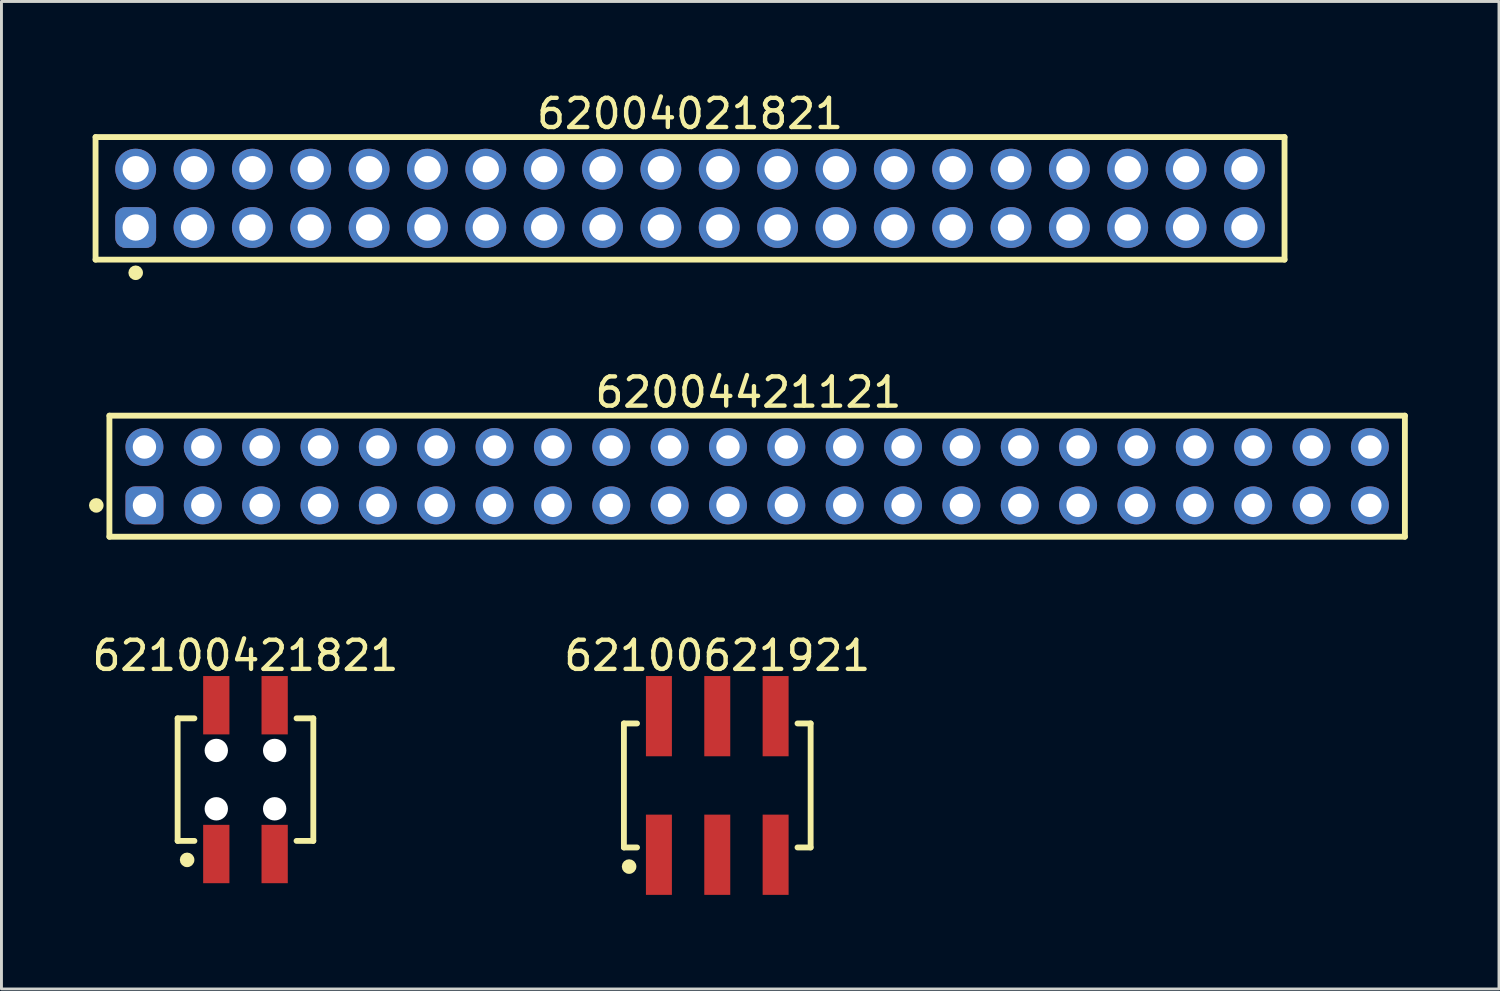
<source format=kicad_pcb>
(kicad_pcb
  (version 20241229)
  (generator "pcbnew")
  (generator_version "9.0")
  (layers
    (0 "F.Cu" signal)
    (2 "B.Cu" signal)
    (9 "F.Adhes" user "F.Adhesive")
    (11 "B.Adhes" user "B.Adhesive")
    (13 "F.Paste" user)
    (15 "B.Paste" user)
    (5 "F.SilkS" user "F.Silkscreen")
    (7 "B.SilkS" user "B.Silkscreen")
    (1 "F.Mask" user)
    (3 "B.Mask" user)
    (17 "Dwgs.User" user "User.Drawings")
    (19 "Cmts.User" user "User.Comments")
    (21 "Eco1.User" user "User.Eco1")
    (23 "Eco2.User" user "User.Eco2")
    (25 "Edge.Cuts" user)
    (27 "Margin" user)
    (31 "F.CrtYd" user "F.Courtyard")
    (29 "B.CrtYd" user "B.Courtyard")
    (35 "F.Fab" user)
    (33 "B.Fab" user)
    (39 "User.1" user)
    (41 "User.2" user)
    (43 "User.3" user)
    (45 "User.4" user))
  (footprint "62004421121"
    (layer "F.Cu")
    (at 22.9 13.271)
    (property "Reference" "62004421121" (at -0.3 -2.875 0) (layer "F.SilkS") (effects (font (size 1 1) (thickness 0.15))))
    (fp_line (start -22.2 -2.075) (end 22.2 -2.075) (stroke (width 0.2) (type solid)) (layer "F.SilkS"))
    (fp_line (start -22.2 2.075) (end -22.2 -2.075) (stroke (width 0.2) (type solid)) (layer "F.SilkS"))
    (fp_line (start -22.2 2.075) (end 22.2 2.075) (stroke (width 0.2) (type solid)) (layer "F.SilkS"))
    (fp_line (start 22.2 2.075) (end 22.2 -2.075) (stroke (width 0.2) (type solid)) (layer "F.SilkS"))
    (fp_circle (center -22.65 1) (end -22.65 0.875) (stroke (width 0.25) (type solid)) (fill no) (layer "F.SilkS"))
    (fp_line (start -22.4 -2.275) (end 22.4 -2.275) (stroke (width 0.05) (type solid)) (layer "Eco2.User"))
    (fp_line (start -22.4 2.275) (end -22.4 -2.275) (stroke (width 0.05) (type solid)) (layer "Eco2.User"))
    (fp_line (start -22.4 2.275) (end 22.4 2.275) (stroke (width 0.05) (type solid)) (layer "Eco2.User"))
    (fp_line (start -22 -2) (end 22 -2) (stroke (width 0.1) (type solid)) (layer "Eco2.User"))
    (fp_line (start -22 2) (end -22 -2) (stroke (width 0.1) (type solid)) (layer "Eco2.User"))
    (fp_line (start -22 2) (end 22 2) (stroke (width 0.1) (type solid)) (layer "Eco2.User"))
    (fp_line (start -0.5 0) (end 0.5 0) (stroke (width 0.05) (type solid)) (layer "Eco2.User"))
    (fp_line (start 0 0.5) (end 0 -0.5) (stroke (width 0.05) (type solid)) (layer "Eco2.User"))
    (fp_line (start 22 2) (end 22 -2) (stroke (width 0.1) (type solid)) (layer "Eco2.User"))
    (fp_line (start 22.4 2.275) (end 22.4 -2.275) (stroke (width 0.05) (type solid)) (layer "Eco2.User"))
    (fp_text user "${REFERENCE}" (at 0.15 -0.197 0) (unlocked yes) (layer "User.3") (effects (font (size 1.5 1.5) (thickness 0.15))))
    (pad "1" thru_hole roundrect (at -21 1) (size 1.3 1.3) (drill 0.8) (layers "*.Cu" "*.Mask") (roundrect_rratio 0.25))
    (pad "2" thru_hole circle (at -21 -1) (size 1.3 1.3) (drill 0.8) (layers "*.Cu" "*.Mask"))
    (pad "3" thru_hole circle (at -19 1) (size 1.3 1.3) (drill 0.8) (layers "*.Cu" "*.Mask"))
    (pad "4" thru_hole circle (at -19 -1) (size 1.3 1.3) (drill 0.8) (layers "*.Cu" "*.Mask"))
    (pad "5" thru_hole circle (at -17 1) (size 1.3 1.3) (drill 0.8) (layers "*.Cu" "*.Mask"))
    (pad "6" thru_hole circle (at -17 -1) (size 1.3 1.3) (drill 0.8) (layers "*.Cu" "*.Mask"))
    (pad "7" thru_hole circle (at -15 1) (size 1.3 1.3) (drill 0.8) (layers "*.Cu" "*.Mask"))
    (pad "8" thru_hole circle (at -15 -1) (size 1.3 1.3) (drill 0.8) (layers "*.Cu" "*.Mask"))
    (pad "9" thru_hole circle (at -13 1) (size 1.3 1.3) (drill 0.8) (layers "*.Cu" "*.Mask"))
    (pad "10" thru_hole circle (at -13 -1) (size 1.3 1.3) (drill 0.8) (layers "*.Cu" "*.Mask"))
    (pad "11" thru_hole circle (at -11 1) (size 1.3 1.3) (drill 0.8) (layers "*.Cu" "*.Mask"))
    (pad "12" thru_hole circle (at -11 -1) (size 1.3 1.3) (drill 0.8) (layers "*.Cu" "*.Mask"))
    (pad "13" thru_hole circle (at -9 1) (size 1.3 1.3) (drill 0.8) (layers "*.Cu" "*.Mask"))
    (pad "14" thru_hole circle (at -9 -1) (size 1.3 1.3) (drill 0.8) (layers "*.Cu" "*.Mask"))
    (pad "15" thru_hole circle (at -7 1) (size 1.3 1.3) (drill 0.8) (layers "*.Cu" "*.Mask"))
    (pad "16" thru_hole circle (at -7 -1) (size 1.3 1.3) (drill 0.8) (layers "*.Cu" "*.Mask"))
    (pad "17" thru_hole circle (at -5 1) (size 1.3 1.3) (drill 0.8) (layers "*.Cu" "*.Mask"))
    (pad "18" thru_hole circle (at -5 -1) (size 1.3 1.3) (drill 0.8) (layers "*.Cu" "*.Mask"))
    (pad "19" thru_hole circle (at -3 1) (size 1.3 1.3) (drill 0.8) (layers "*.Cu" "*.Mask"))
    (pad "20" thru_hole circle (at -3 -1) (size 1.3 1.3) (drill 0.8) (layers "*.Cu" "*.Mask"))
    (pad "21" thru_hole circle (at -1 1) (size 1.3 1.3) (drill 0.8) (layers "*.Cu" "*.Mask"))
    (pad "22" thru_hole circle (at -1 -1) (size 1.3 1.3) (drill 0.8) (layers "*.Cu" "*.Mask"))
    (pad "23" thru_hole circle (at 1 1) (size 1.3 1.3) (drill 0.8) (layers "*.Cu" "*.Mask"))
    (pad "24" thru_hole circle (at 1 -1) (size 1.3 1.3) (drill 0.8) (layers "*.Cu" "*.Mask"))
    (pad "25" thru_hole circle (at 3 1) (size 1.3 1.3) (drill 0.8) (layers "*.Cu" "*.Mask"))
    (pad "26" thru_hole circle (at 3 -1) (size 1.3 1.3) (drill 0.8) (layers "*.Cu" "*.Mask"))
    (pad "27" thru_hole circle (at 5 1) (size 1.3 1.3) (drill 0.8) (layers "*.Cu" "*.Mask"))
    (pad "28" thru_hole circle (at 5 -1) (size 1.3 1.3) (drill 0.8) (layers "*.Cu" "*.Mask"))
    (pad "29" thru_hole circle (at 7 1) (size 1.3 1.3) (drill 0.8) (layers "*.Cu" "*.Mask"))
    (pad "30" thru_hole circle (at 7 -1) (size 1.3 1.3) (drill 0.8) (layers "*.Cu" "*.Mask"))
    (pad "31" thru_hole circle (at 9 1) (size 1.3 1.3) (drill 0.8) (layers "*.Cu" "*.Mask"))
    (pad "32" thru_hole circle (at 9 -1) (size 1.3 1.3) (drill 0.8) (layers "*.Cu" "*.Mask"))
    (pad "33" thru_hole circle (at 11 1) (size 1.3 1.3) (drill 0.8) (layers "*.Cu" "*.Mask"))
    (pad "34" thru_hole circle (at 11 -1) (size 1.3 1.3) (drill 0.8) (layers "*.Cu" "*.Mask"))
    (pad "35" thru_hole circle (at 13 1) (size 1.3 1.3) (drill 0.8) (layers "*.Cu" "*.Mask"))
    (pad "36" thru_hole circle (at 13 -1) (size 1.3 1.3) (drill 0.8) (layers "*.Cu" "*.Mask"))
    (pad "37" thru_hole circle (at 15 1) (size 1.3 1.3) (drill 0.8) (layers "*.Cu" "*.Mask"))
    (pad "38" thru_hole circle (at 15 -1) (size 1.3 1.3) (drill 0.8) (layers "*.Cu" "*.Mask"))
    (pad "39" thru_hole circle (at 17 1) (size 1.3 1.3) (drill 0.8) (layers "*.Cu" "*.Mask"))
    (pad "40" thru_hole circle (at 17 -1) (size 1.3 1.3) (drill 0.8) (layers "*.Cu" "*.Mask"))
    (pad "41" thru_hole circle (at 19 1) (size 1.3 1.3) (drill 0.8) (layers "*.Cu" "*.Mask"))
    (pad "42" thru_hole circle (at 19 -1) (size 1.3 1.3) (drill 0.8) (layers "*.Cu" "*.Mask"))
    (pad "43" thru_hole circle (at 21 1) (size 1.3 1.3) (drill 0.8) (layers "*.Cu" "*.Mask"))
    (pad "44" thru_hole circle (at 21 -1) (size 1.3 1.3) (drill 0.8) (layers "*.Cu" "*.Mask")))
  (footprint "62100421821"
    (layer "F.Cu")
    (at 5.363 23.67)
    (property "Reference" "62100421821" (at 0 -4.25 0) (layer "F.SilkS") (effects (font (size 1 1) (thickness 0.15))))
    (fp_line (start -2.325 -2.1) (end -1.75 -2.1) (stroke (width 0.2) (type solid)) (layer "F.SilkS"))
    (fp_line (start -2.325 2.1) (end -2.325 -2.1) (stroke (width 0.2) (type solid)) (layer "F.SilkS"))
    (fp_line (start -2.325 2.1) (end -1.75 2.1) (stroke (width 0.2) (type solid)) (layer "F.SilkS"))
    (fp_line (start 1.75 -2.1) (end 2.325 -2.1) (stroke (width 0.2) (type solid)) (layer "F.SilkS"))
    (fp_line (start 1.75 2.1) (end 2.325 2.1) (stroke (width 0.2) (type solid)) (layer "F.SilkS"))
    (fp_line (start 2.325 2.1) (end 2.325 -2.1) (stroke (width 0.2) (type solid)) (layer "F.SilkS"))
    (fp_circle (center -2 2.75) (end -2 2.625) (stroke (width 0.25) (type solid)) (fill no) (layer "F.SilkS"))
    (fp_line (start -2.525 -3.75) (end 2.525 -3.75) (stroke (width 0.05) (type solid)) (layer "Eco2.User"))
    (fp_line (start -2.525 3.75) (end -2.525 -3.75) (stroke (width 0.05) (type solid)) (layer "Eco2.User"))
    (fp_line (start -2.525 3.75) (end 2.525 3.75) (stroke (width 0.05) (type solid)) (layer "Eco2.User"))
    (fp_line (start -2.15 -2) (end 2.15 -2) (stroke (width 0.1) (type solid)) (layer "Eco2.User"))
    (fp_line (start -2.15 2) (end -2.15 -2) (stroke (width 0.1) (type solid)) (layer "Eco2.User"))
    (fp_line (start -2.15 2) (end 2.15 2) (stroke (width 0.1) (type solid)) (layer "Eco2.User"))
    (fp_line (start -1.25 -3) (end -0.75 -3) (stroke (width 0.1) (type solid)) (layer "Eco2.User"))
    (fp_line (start -1.25 -2) (end -1.25 -3) (stroke (width 0.1) (type solid)) (layer "Eco2.User"))
    (fp_line (start -1.25 3) (end -1.25 2) (stroke (width 0.1) (type solid)) (layer "Eco2.User"))
    (fp_line (start -1.25 3) (end -0.75 3) (stroke (width 0.1) (type solid)) (layer "Eco2.User"))
    (fp_line (start -0.75 -2) (end -0.75 -3) (stroke (width 0.1) (type solid)) (layer "Eco2.User"))
    (fp_line (start -0.75 3) (end -0.75 2) (stroke (width 0.1) (type solid)) (layer "Eco2.User"))
    (fp_line (start -0.5 0) (end 0.5 0) (stroke (width 0.05) (type solid)) (layer "Eco2.User"))
    (fp_line (start 0 0.5) (end 0 -0.5) (stroke (width 0.05) (type solid)) (layer "Eco2.User"))
    (fp_line (start 0.75 -3) (end 1.25 -3) (stroke (width 0.1) (type solid)) (layer "Eco2.User"))
    (fp_line (start 0.75 -2) (end 0.75 -3) (stroke (width 0.1) (type solid)) (layer "Eco2.User"))
    (fp_line (start 0.75 3) (end 0.75 2) (stroke (width 0.1) (type solid)) (layer "Eco2.User"))
    (fp_line (start 0.75 3) (end 1.25 3) (stroke (width 0.1) (type solid)) (layer "Eco2.User"))
    (fp_line (start 1.25 -2) (end 1.25 -3) (stroke (width 0.1) (type solid)) (layer "Eco2.User"))
    (fp_line (start 1.25 3) (end 1.25 2) (stroke (width 0.1) (type solid)) (layer "Eco2.User"))
    (fp_line (start 2.15 2) (end 2.15 -2) (stroke (width 0.1) (type solid)) (layer "Eco2.User"))
    (fp_line (start 2.525 3.75) (end 2.525 -3.75) (stroke (width 0.05) (type solid)) (layer "Eco2.User"))
    (fp_text user "${REFERENCE}" (at 0.1 -0.131 0) (unlocked yes) (layer "User.3") (effects (font (size 1 1) (thickness 0.1))))
    (pad "" np_thru_hole circle (at -1 -1) (size 0.8 0.8) (drill 0.8) (layers "*.Cu" "*.Mask"))
    (pad "" np_thru_hole circle (at -1 1) (size 0.8 0.8) (drill 0.8) (layers "*.Cu" "*.Mask"))
    (pad "" np_thru_hole circle (at 1 -1) (size 0.8 0.8) (drill 0.8) (layers "*.Cu" "*.Mask"))
    (pad "" np_thru_hole circle (at 1 1) (size 0.8 0.8) (drill 0.8) (layers "*.Cu" "*.Mask"))
    (pad "1" smd rect (at -1 2.55) (size 0.9 2) (layers "F.Cu" "F.Mask" "F.Paste"))
    (pad "2" smd rect (at -1 -2.55) (size 0.9 2) (layers "F.Cu" "F.Mask" "F.Paste"))
    (pad "3" smd rect (at 1 2.55) (size 0.9 2) (layers "F.Cu" "F.Mask" "F.Paste"))
    (pad "4" smd rect (at 1 -2.55) (size 0.9 2) (layers "F.Cu" "F.Mask" "F.Paste")))
  (footprint "62004021821"
    (layer "F.Cu")
    (at 20.6 3.748)
    (property "Reference" "62004021821" (at -0.000005 -2.9 0) (layer "F.SilkS") (effects (font (size 1 1) (thickness 0.15))))
    (fp_line (start -20.375 -2.1) (end 20.375 -2.1) (stroke (width 0.2) (type solid)) (layer "F.SilkS"))
    (fp_line (start -20.375 2.1) (end -20.375 -2.1) (stroke (width 0.2) (type solid)) (layer "F.SilkS"))
    (fp_line (start -20.375 2.1) (end 20.375 2.1) (stroke (width 0.2) (type solid)) (layer "F.SilkS"))
    (fp_line (start 20.375 2.1) (end 20.375 -2.1) (stroke (width 0.2) (type solid)) (layer "F.SilkS"))
    (fp_circle (center -19 2.55) (end -19 2.425) (stroke (width 0.25) (type solid)) (fill no) (layer "F.SilkS"))
    (fp_line (start -20.575 -2.3) (end 20.575 -2.3) (stroke (width 0.05) (type solid)) (layer "Eco2.User"))
    (fp_line (start -20.575 2.3) (end -20.575 -2.3) (stroke (width 0.05) (type solid)) (layer "Eco2.User"))
    (fp_line (start -20.575 2.3) (end 20.575 2.3) (stroke (width 0.05) (type solid)) (layer "Eco2.User"))
    (fp_line (start -20.2 -2) (end 20.2 -2) (stroke (width 0.1) (type solid)) (layer "Eco2.User"))
    (fp_line (start -20.2 2) (end -20.2 -2) (stroke (width 0.1) (type solid)) (layer "Eco2.User"))
    (fp_line (start -20.2 2) (end 20.2 2) (stroke (width 0.1) (type solid)) (layer "Eco2.User"))
    (fp_line (start -0.5 0) (end 0.5 0) (stroke (width 0.05) (type solid)) (layer "Eco2.User"))
    (fp_line (start 0 0.5) (end 0 -0.5) (stroke (width 0.05) (type solid)) (layer "Eco2.User"))
    (fp_line (start 20.2 2) (end 20.2 -2) (stroke (width 0.1) (type solid)) (layer "Eco2.User"))
    (fp_line (start 20.575 2.3) (end 20.575 -2.3) (stroke (width 0.05) (type solid)) (layer "Eco2.User"))
    (fp_text user "${REFERENCE}" (at 0.1 -0.131 0) (unlocked yes) (layer "User.3") (effects (font (size 1 1) (thickness 0.1))))
    (pad "1" thru_hole roundrect (at -19 1) (size 1.4 1.4) (drill 0.9) (layers "*.Cu" "*.Mask") (roundrect_rratio 0.25))
    (pad "2" thru_hole circle (at -19 -1) (size 1.4 1.4) (drill 0.9) (layers "*.Cu" "*.Mask"))
    (pad "3" thru_hole circle (at -17 1) (size 1.4 1.4) (drill 0.9) (layers "*.Cu" "*.Mask"))
    (pad "4" thru_hole circle (at -17 -1) (size 1.4 1.4) (drill 0.9) (layers "*.Cu" "*.Mask"))
    (pad "5" thru_hole circle (at -15 1) (size 1.4 1.4) (drill 0.9) (layers "*.Cu" "*.Mask"))
    (pad "6" thru_hole circle (at -15 -1) (size 1.4 1.4) (drill 0.9) (layers "*.Cu" "*.Mask"))
    (pad "7" thru_hole circle (at -13 1) (size 1.4 1.4) (drill 0.9) (layers "*.Cu" "*.Mask"))
    (pad "8" thru_hole circle (at -13 -1) (size 1.4 1.4) (drill 0.9) (layers "*.Cu" "*.Mask"))
    (pad "9" thru_hole circle (at -11 1) (size 1.4 1.4) (drill 0.9) (layers "*.Cu" "*.Mask"))
    (pad "10" thru_hole circle (at -11 -1) (size 1.4 1.4) (drill 0.9) (layers "*.Cu" "*.Mask"))
    (pad "11" thru_hole circle (at -9 1) (size 1.4 1.4) (drill 0.9) (layers "*.Cu" "*.Mask"))
    (pad "12" thru_hole circle (at -9 -1) (size 1.4 1.4) (drill 0.9) (layers "*.Cu" "*.Mask"))
    (pad "13" thru_hole circle (at -7 1) (size 1.4 1.4) (drill 0.9) (layers "*.Cu" "*.Mask"))
    (pad "14" thru_hole circle (at -7 -1) (size 1.4 1.4) (drill 0.9) (layers "*.Cu" "*.Mask"))
    (pad "15" thru_hole circle (at -5 1) (size 1.4 1.4) (drill 0.9) (layers "*.Cu" "*.Mask"))
    (pad "16" thru_hole circle (at -5 -1) (size 1.4 1.4) (drill 0.9) (layers "*.Cu" "*.Mask"))
    (pad "17" thru_hole circle (at -3 1) (size 1.4 1.4) (drill 0.9) (layers "*.Cu" "*.Mask"))
    (pad "18" thru_hole circle (at -3 -1) (size 1.4 1.4) (drill 0.9) (layers "*.Cu" "*.Mask"))
    (pad "19" thru_hole circle (at -1 1) (size 1.4 1.4) (drill 0.9) (layers "*.Cu" "*.Mask"))
    (pad "20" thru_hole circle (at -1 -1) (size 1.4 1.4) (drill 0.9) (layers "*.Cu" "*.Mask"))
    (pad "21" thru_hole circle (at 1 1) (size 1.4 1.4) (drill 0.9) (layers "*.Cu" "*.Mask"))
    (pad "22" thru_hole circle (at 1 -1) (size 1.4 1.4) (drill 0.9) (layers "*.Cu" "*.Mask"))
    (pad "23" thru_hole circle (at 3 1) (size 1.4 1.4) (drill 0.9) (layers "*.Cu" "*.Mask"))
    (pad "24" thru_hole circle (at 3 -1) (size 1.4 1.4) (drill 0.9) (layers "*.Cu" "*.Mask"))
    (pad "25" thru_hole circle (at 5 1) (size 1.4 1.4) (drill 0.9) (layers "*.Cu" "*.Mask"))
    (pad "26" thru_hole circle (at 5 -1) (size 1.4 1.4) (drill 0.9) (layers "*.Cu" "*.Mask"))
    (pad "27" thru_hole circle (at 7 1) (size 1.4 1.4) (drill 0.9) (layers "*.Cu" "*.Mask"))
    (pad "28" thru_hole circle (at 7 -1) (size 1.4 1.4) (drill 0.9) (layers "*.Cu" "*.Mask"))
    (pad "29" thru_hole circle (at 9 1) (size 1.4 1.4) (drill 0.9) (layers "*.Cu" "*.Mask"))
    (pad "30" thru_hole circle (at 9 -1) (size 1.4 1.4) (drill 0.9) (layers "*.Cu" "*.Mask"))
    (pad "31" thru_hole circle (at 11 1) (size 1.4 1.4) (drill 0.9) (layers "*.Cu" "*.Mask"))
    (pad "32" thru_hole circle (at 11 -1) (size 1.4 1.4) (drill 0.9) (layers "*.Cu" "*.Mask"))
    (pad "33" thru_hole circle (at 13 1) (size 1.4 1.4) (drill 0.9) (layers "*.Cu" "*.Mask"))
    (pad "34" thru_hole circle (at 13 -1) (size 1.4 1.4) (drill 0.9) (layers "*.Cu" "*.Mask"))
    (pad "35" thru_hole circle (at 15 1) (size 1.4 1.4) (drill 0.9) (layers "*.Cu" "*.Mask"))
    (pad "36" thru_hole circle (at 15 -1) (size 1.4 1.4) (drill 0.9) (layers "*.Cu" "*.Mask"))
    (pad "37" thru_hole circle (at 17 1) (size 1.4 1.4) (drill 0.9) (layers "*.Cu" "*.Mask"))
    (pad "38" thru_hole circle (at 17 -1) (size 1.4 1.4) (drill 0.9) (layers "*.Cu" "*.Mask"))
    (pad "39" thru_hole circle (at 19 1) (size 1.4 1.4) (drill 0.9) (layers "*.Cu" "*.Mask"))
    (pad "40" thru_hole circle (at 19 -1) (size 1.4 1.4) (drill 0.9) (layers "*.Cu" "*.Mask")))
  (footprint "62100621921"
    (layer "F.Cu")
    (at 21.533 23.87)
    (property "Reference" "62100621921" (at 0 -4.45 0) (layer "F.SilkS") (effects (font (size 1 1) (thickness 0.15))))
    (fp_line (start -3.2 -2.125) (end -2.75 -2.125) (stroke (width 0.2) (type solid)) (layer "F.SilkS"))
    (fp_line (start -3.2 2.125) (end -3.2 -2.125) (stroke (width 0.2) (type solid)) (layer "F.SilkS"))
    (fp_line (start -3.2 2.125) (end -2.75 2.125) (stroke (width 0.2) (type solid)) (layer "F.SilkS"))
    (fp_line (start 2.75 -2.125) (end 3.2 -2.125) (stroke (width 0.2) (type solid)) (layer "F.SilkS"))
    (fp_line (start 2.75 2.125) (end 3.2 2.125) (stroke (width 0.2) (type solid)) (layer "F.SilkS"))
    (fp_line (start 3.2 2.125) (end 3.2 -2.125) (stroke (width 0.2) (type solid)) (layer "F.SilkS"))
    (fp_circle (center -3.022 2.78) (end -3.022 2.655) (stroke (width 0.25) (type solid)) (fill no) (layer "F.SilkS"))
    (fp_line (start -3.4 -3.95) (end 3.4 -3.95) (stroke (width 0.05) (type solid)) (layer "Eco2.User"))
    (fp_line (start -3.4 3.95) (end -3.4 -3.95) (stroke (width 0.05) (type solid)) (layer "Eco2.User"))
    (fp_line (start -3.4 3.95) (end 3.4 3.95) (stroke (width 0.05) (type solid)) (layer "Eco2.User"))
    (fp_line (start -3 -2) (end 3 -2) (stroke (width 0.1) (type solid)) (layer "Eco2.User"))
    (fp_line (start -3 2) (end -3 -2) (stroke (width 0.1) (type solid)) (layer "Eco2.User"))
    (fp_line (start -3 2) (end 3 2) (stroke (width 0.1) (type solid)) (layer "Eco2.User"))
    (fp_line (start -2.25 -3.1) (end -1.75 -3.1) (stroke (width 0.1) (type solid)) (layer "Eco2.User"))
    (fp_line (start -2.25 -2) (end -2.25 -3.1) (stroke (width 0.1) (type solid)) (layer "Eco2.User"))
    (fp_line (start -2.25 3.1) (end -2.25 2) (stroke (width 0.1) (type solid)) (layer "Eco2.User"))
    (fp_line (start -2.25 3.1) (end -1.75 3.1) (stroke (width 0.1) (type solid)) (layer "Eco2.User"))
    (fp_line (start -1.75 -2) (end -1.75 -3.1) (stroke (width 0.1) (type solid)) (layer "Eco2.User"))
    (fp_line (start -1.75 3.1) (end -1.75 2) (stroke (width 0.1) (type solid)) (layer "Eco2.User"))
    (fp_line (start -0.5 0) (end 0.5 0) (stroke (width 0.05) (type solid)) (layer "Eco2.User"))
    (fp_line (start -0.25 -3.1) (end 0.25 -3.1) (stroke (width 0.1) (type solid)) (layer "Eco2.User"))
    (fp_line (start -0.25 -2) (end -0.25 -3.1) (stroke (width 0.1) (type solid)) (layer "Eco2.User"))
    (fp_line (start -0.25 3.1) (end -0.25 2) (stroke (width 0.1) (type solid)) (layer "Eco2.User"))
    (fp_line (start -0.25 3.1) (end 0.25 3.1) (stroke (width 0.1) (type solid)) (layer "Eco2.User"))
    (fp_line (start 0 0.5) (end 0 -0.5) (stroke (width 0.05) (type solid)) (layer "Eco2.User"))
    (fp_line (start 0.25 -2) (end 0.25 -3.1) (stroke (width 0.1) (type solid)) (layer "Eco2.User"))
    (fp_line (start 0.25 3.1) (end 0.25 2) (stroke (width 0.1) (type solid)) (layer "Eco2.User"))
    (fp_line (start 1.75 -3.1) (end 2.25 -3.1) (stroke (width 0.1) (type solid)) (layer "Eco2.User"))
    (fp_line (start 1.75 -2) (end 1.75 -3.1) (stroke (width 0.1) (type solid)) (layer "Eco2.User"))
    (fp_line (start 1.75 3.1) (end 1.75 2) (stroke (width 0.1) (type solid)) (layer "Eco2.User"))
    (fp_line (start 1.75 3.1) (end 2.25 3.1) (stroke (width 0.1) (type solid)) (layer "Eco2.User"))
    (fp_line (start 2.25 -2) (end 2.25 -3.1) (stroke (width 0.1) (type solid)) (layer "Eco2.User"))
    (fp_line (start 2.25 3.1) (end 2.25 2) (stroke (width 0.1) (type solid)) (layer "Eco2.User"))
    (fp_line (start 3 2) (end 3 -2) (stroke (width 0.1) (type solid)) (layer "Eco2.User"))
    (fp_line (start 3.4 3.95) (end 3.4 -3.95) (stroke (width 0.05) (type solid)) (layer "Eco2.User"))
    (fp_text user "${REFERENCE}" (at 0.15 -0.197 0) (unlocked yes) (layer "User.3") (effects (font (size 1.5 1.5) (thickness 0.15))))
    (pad "1" smd rect (at -2 2.375) (size 0.89 2.75) (layers "F.Cu" "F.Mask" "F.Paste"))
    (pad "2" smd rect (at -2 -2.375) (size 0.89 2.75) (layers "F.Cu" "F.Mask" "F.Paste"))
    (pad "3" smd rect (at 0 2.375) (size 0.89 2.75) (layers "F.Cu" "F.Mask" "F.Paste"))
    (pad "4" smd rect (at 0 -2.375) (size 0.89 2.75) (layers "F.Cu" "F.Mask" "F.Paste"))
    (pad "5" smd rect (at 2 2.375) (size 0.89 2.75) (layers "F.Cu" "F.Mask" "F.Paste"))
    (pad "6" smd rect (at 2 -2.375) (size 0.89 2.75) (layers "F.Cu" "F.Mask" "F.Paste")))
  (gr_rect
    (start -3 -3)
    (end 48.325 30.845)
    (stroke (width 0.1) (type default))
    (fill no)
    (layer "Edge.Cuts")))
</source>
